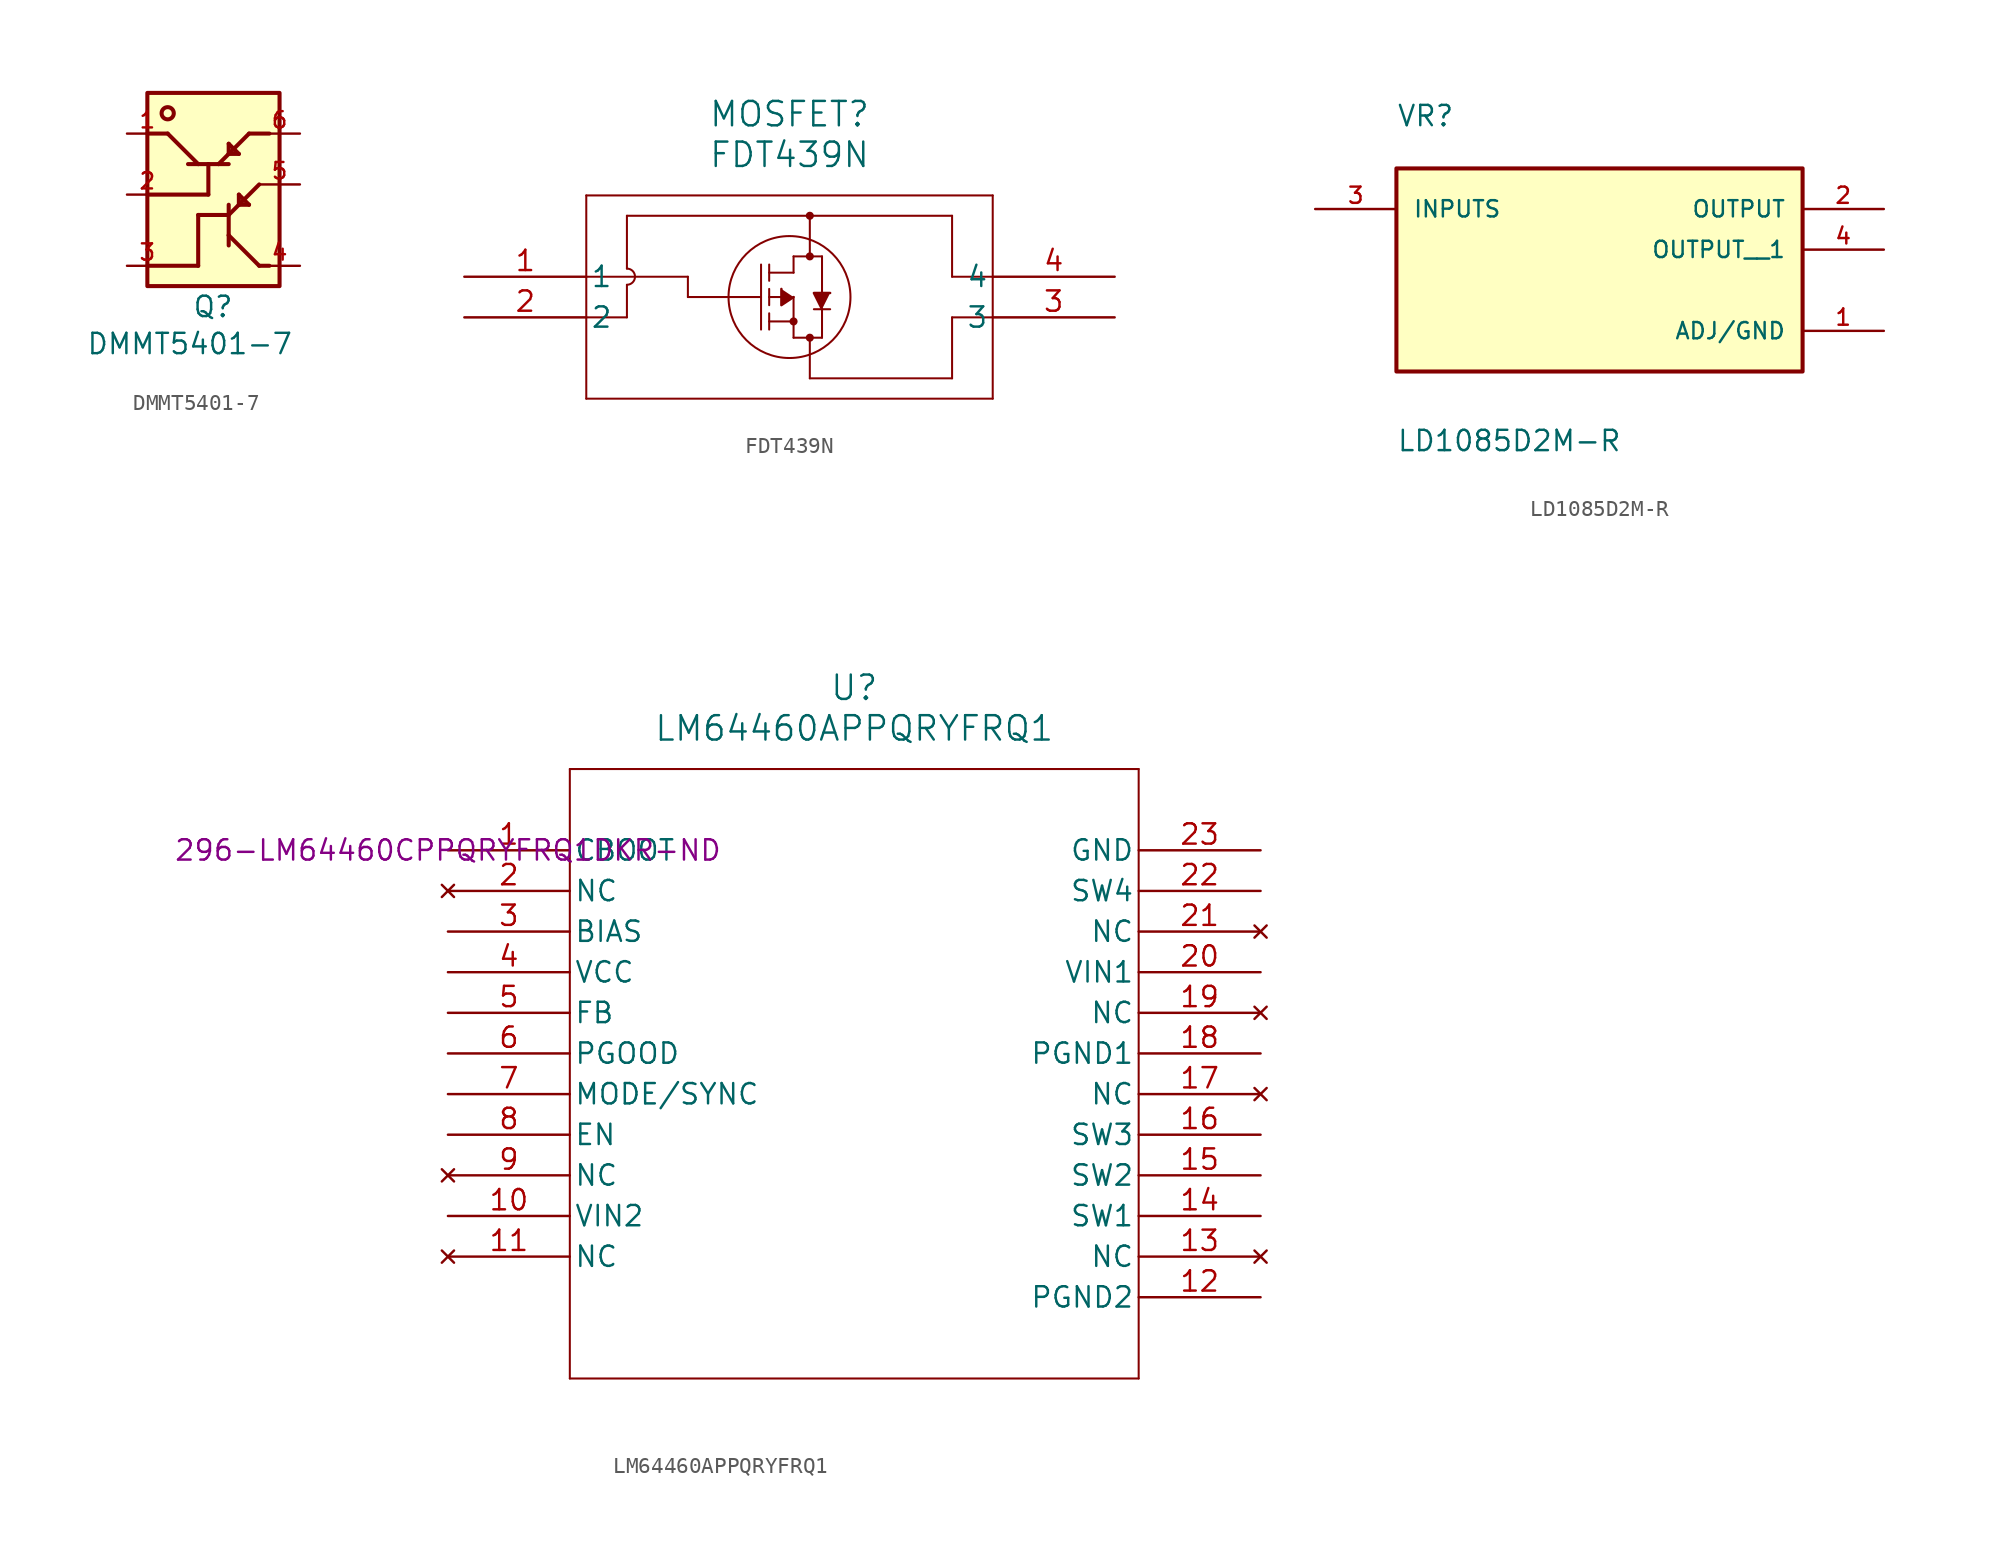
<source format=kicad_sym>
(kicad_symbol_lib
  (version 20231120)
  (generator "kicad_symbol_editor")
  (generator_version "8.0")
  (symbol "DMMT5401-7"
    (pin_names
      (offset 1.016))
    (property "Reference" "Q"
      (at -1.016 -9.144 0)
      (effects (font (size 1.27 1.27)) (justify left bottom)))
    (property "Value" "DMMT5401-7"
      (at -7.64 -11.46 0)
      (effects (font (size 1.27 1.27)) (justify left bottom)))
    (symbol "DMMT5401-7_0_0"
      (rectangle (start -3.81 4.953) (end 4.445 -7.112) (stroke (width 0.254) (type default)) (fill (type background)))
      (circle (center -2.54 3.683) (radius 0.381) (stroke (width 0.254) (type default)) (fill (type none)))
      (polyline (pts (xy -2.54 2.413) (xy -3.81 2.413)) (stroke (width 0.254) (type default)) (fill (type none)))
      (polyline (pts (xy -0.635 -5.842) (xy -3.81 -5.842)) (stroke (width 0.254) (type default)) (fill (type none)))
      (polyline (pts (xy -0.635 -2.667) (xy -0.635 -5.842)) (stroke (width 0.254) (type default)) (fill (type none)))
      (polyline (pts (xy -0.635 0.508) (xy -2.54 2.413)) (stroke (width 0.254) (type default)) (fill (type none)))
      (polyline (pts (xy -0.635 0.508) (xy -1.27 0.508)) (stroke (width 0.254) (type default)) (fill (type none)))
      (polyline (pts (xy 0 -1.397) (xy -3.81 -1.397)) (stroke (width 0.254) (type default)) (fill (type none)))
      (polyline (pts (xy 0 0.508) (xy -0.635 0.508)) (stroke (width 0.254) (type default)) (fill (type none)))
      (polyline (pts (xy 0 0.508) (xy 0 -1.397)) (stroke (width 0.254) (type default)) (fill (type none)))
      (polyline (pts (xy 0.635 0.508) (xy 0 0.508)) (stroke (width 0.254) (type default)) (fill (type none)))
      (polyline (pts (xy 0.635 0.508) (xy 1.27 1.143)) (stroke (width 0.254) (type default)) (fill (type none)))
      (polyline (pts (xy 1.27 -3.937) (xy 1.27 -4.572)) (stroke (width 0.254) (type default)) (fill (type none)))
      (polyline (pts (xy 1.27 -2.667) (xy -0.635 -2.667)) (stroke (width 0.254) (type default)) (fill (type none)))
      (polyline (pts (xy 1.27 -2.032) (xy 1.27 -3.937)) (stroke (width 0.254) (type default)) (fill (type none)))
      (polyline (pts (xy 1.27 0.508) (xy 0.635 0.508)) (stroke (width 0.254) (type default)) (fill (type none)))
      (polyline (pts (xy 1.27 1.143) (xy 1.905 1.143)) (stroke (width 0.254) (type default)) (fill (type none)))
      (polyline (pts (xy 1.27 1.143) (xy 2.54 2.413)) (stroke (width 0.254) (type default)) (fill (type none)))
      (polyline (pts (xy 1.27 1.778) (xy 1.27 1.143)) (stroke (width 0.254) (type default)) (fill (type none)))
      (polyline (pts (xy 1.905 -2.032) (xy 1.27 -2.667)) (stroke (width 0.254) (type default)) (fill (type none)))
      (polyline (pts (xy 1.905 -2.032) (xy 2.54 -2.032)) (stroke (width 0.254) (type default)) (fill (type none)))
      (polyline (pts (xy 1.905 -1.397) (xy 1.905 -2.032)) (stroke (width 0.254) (type default)) (fill (type none)))
      (polyline (pts (xy 1.905 1.143) (xy 1.27 1.778)) (stroke (width 0.254) (type default)) (fill (type none)))
      (polyline (pts (xy 2.54 -2.032) (xy 1.905 -1.397)) (stroke (width 0.254) (type default)) (fill (type none)))
      (polyline (pts (xy 2.54 2.413) (xy 3.81 2.413)) (stroke (width 0.254) (type default)) (fill (type none)))
      (polyline (pts (xy 3.175 -5.842) (xy 1.27 -3.937)) (stroke (width 0.254) (type default)) (fill (type none)))
      (polyline (pts (xy 3.175 -5.842) (xy 3.81 -5.842)) (stroke (width 0.254) (type default)) (fill (type none)))
      (polyline (pts (xy 3.175 -0.762) (xy 1.905 -2.032)) (stroke (width 0.254) (type default)) (fill (type none)))
      (pin passive line (at -5.08 2.413 0) (length 2.54) (name "~" (effects (font (size 1.016 1.016)))) (number "1" (effects (font (size 1.016 1.016)))))
      (pin passive line (at -5.08 -1.397 0) (length 2.54) (name "~" (effects (font (size 1.016 1.016)))) (number "2" (effects (font (size 1.016 1.016)))))
      (pin passive line (at -5.08 -5.842 0) (length 2.54) (name "~" (effects (font (size 1.016 1.016)))) (number "3" (effects (font (size 1.016 1.016)))))
      (pin passive line (at 5.715 -5.842 180) (length 2.54) (name "~" (effects (font (size 1.016 1.016)))) (number "4" (effects (font (size 1.016 1.016)))))
      (pin passive line (at 5.715 -0.762 180) (length 2.54) (name "~" (effects (font (size 1.016 1.016)))) (number "5" (effects (font (size 1.016 1.016)))))
      (pin passive line (at 5.715 2.413 180) (length 2.54) (name "~" (effects (font (size 1.016 1.016)))) (number "6" (effects (font (size 1.016 1.016)))))))
  (symbol "FDT439N"
    (pin_names
      (offset 0.254))
    (property "Reference" "MOSFET"
      (at 20.32 10.16 0)
      (effects (font (size 1.524 1.524))))
    (property "Value" "FDT439N"
      (at 20.32 7.62 0)
      (effects (font (size 1.524 1.524))))
    (symbol "FDT439N_0_1"
      (polyline (pts (xy 7.62 -7.62) (xy 33.02 -7.62)) (stroke (width 0.127) (type default)) (fill (type none)))
      (polyline (pts (xy 7.62 -2.54) (xy 10.16 -2.54)) (stroke (width 0.127) (type default)) (fill (type none)))
      (polyline (pts (xy 7.62 0) (xy 13.97 0)) (stroke (width 0.127) (type default)) (fill (type none)))
      (polyline (pts (xy 7.62 5.08) (xy 7.62 -7.62)) (stroke (width 0.127) (type default)) (fill (type none)))
      (polyline (pts (xy 10.16 -0.508) (xy 10.16 -2.54)) (stroke (width 0.127) (type default)) (fill (type none)))
      (polyline (pts (xy 10.16 0.508) (xy 10.16 3.81)) (stroke (width 0.127) (type default)) (fill (type none)))
      (polyline (pts (xy 10.16 3.81) (xy 30.48 3.81)) (stroke (width 0.127) (type default)) (fill (type none)))
      (polyline (pts (xy 13.97 0) (xy 13.97 -1.27)) (stroke (width 0.127) (type default)) (fill (type none)))
      (polyline (pts (xy 18.542 -1.27) (xy 13.97 -1.27)) (stroke (width 0.127) (type default)) (fill (type none)))
      (polyline (pts (xy 18.542 0.762) (xy 18.542 -3.302)) (stroke (width 0.127) (type default)) (fill (type none)))
      (polyline (pts (xy 19.05 -2.794) (xy 20.574 -2.794)) (stroke (width 0.127) (type default)) (fill (type none)))
      (polyline (pts (xy 19.05 -2.286) (xy 19.05 -3.302)) (stroke (width 0.127) (type default)) (fill (type none)))
      (polyline (pts (xy 19.05 -1.27) (xy 19.812 -1.27)) (stroke (width 0.127) (type default)) (fill (type none)))
      (polyline (pts (xy 19.05 -0.762) (xy 19.05 -1.778)) (stroke (width 0.127) (type default)) (fill (type none)))
      (polyline (pts (xy 19.05 0.254) (xy 20.574 0.254)) (stroke (width 0.127) (type default)) (fill (type none)))
      (polyline (pts (xy 19.05 0.762) (xy 19.05 -0.254)) (stroke (width 0.127) (type default)) (fill (type none)))
      (polyline (pts (xy 20.574 -3.81) (xy 22.352 -3.81)) (stroke (width 0.127) (type default)) (fill (type none)))
      (polyline (pts (xy 20.574 -1.27) (xy 20.574 -3.81)) (stroke (width 0.127) (type default)) (fill (type none)))
      (polyline (pts (xy 20.574 1.27) (xy 20.574 0.254)) (stroke (width 0.127) (type default)) (fill (type none)))
      (polyline (pts (xy 20.574 1.27) (xy 22.352 1.27)) (stroke (width 0.127) (type default)) (fill (type none)))
      (polyline (pts (xy 21.59 -3.81) (xy 21.59 -6.35)) (stroke (width 0.127) (type default)) (fill (type none)))
      (polyline (pts (xy 21.59 1.27) (xy 21.59 3.81)) (stroke (width 0.127) (type default)) (fill (type none)))
      (polyline (pts (xy 21.844 -2.032) (xy 22.86 -2.032)) (stroke (width 0.127) (type default)) (fill (type none)))
      (polyline (pts (xy 22.352 -3.81) (xy 22.352 -2.032)) (stroke (width 0.127) (type default)) (fill (type none)))
      (polyline (pts (xy 22.352 1.27) (xy 22.352 -1.016)) (stroke (width 0.127) (type default)) (fill (type none)))
      (polyline (pts (xy 30.48 -6.35) (xy 21.59 -6.35)) (stroke (width 0.127) (type default)) (fill (type none)))
      (polyline (pts (xy 30.48 -6.35) (xy 30.48 -2.54)) (stroke (width 0.127) (type default)) (fill (type none)))
      (polyline (pts (xy 30.48 0) (xy 33.02 0)) (stroke (width 0.127) (type default)) (fill (type none)))
      (polyline (pts (xy 30.48 3.81) (xy 30.48 0)) (stroke (width 0.127) (type default)) (fill (type none)))
      (polyline (pts (xy 33.02 -7.62) (xy 33.02 5.08)) (stroke (width 0.127) (type default)) (fill (type none)))
      (polyline (pts (xy 33.02 -2.54) (xy 30.48 -2.54)) (stroke (width 0.127) (type default)) (fill (type none)))
      (polyline (pts (xy 33.02 5.08) (xy 7.62 5.08)) (stroke (width 0.127) (type default)) (fill (type none)))
      (polyline (pts (xy 20.574 -1.27) (xy 19.812 -1.778) (xy 19.812 -0.762)) (stroke (width 0) (type default)) (fill (type outline)))
      (polyline (pts (xy 22.352 -2.032) (xy 21.844 -1.016) (xy 22.86 -1.016)) (stroke (width 0) (type default)) (fill (type outline)))
      (arc (start 10.16 -0.508) (mid 10.6658 0) (end 10.16 0.508) (stroke (width 0.127) (type default)) (fill (type none)))
      (circle (center 20.32 -1.27) (radius 3.81) (stroke (width 0.127) (type default)) (fill (type none)))
      (circle (center 20.574 -2.794) (radius 0.127) (stroke (width 0.254) (type default)) (fill (type none)))
      (circle (center 21.59 -3.81) (radius 0.127) (stroke (width 0.254) (type default)) (fill (type none)))
      (circle (center 21.59 1.27) (radius 0.127) (stroke (width 0.254) (type default)) (fill (type none)))
      (circle (center 21.59 3.81) (radius 0.127) (stroke (width 0.254) (type default)) (fill (type none)))
      (pin unspecified line (at 0 0 0) (length 7.62) (name "1" (effects (font (size 1.27 1.27)))) (number "1" (effects (font (size 1.27 1.27)))))
      (pin unspecified line (at 0 -2.54 0) (length 7.62) (name "2" (effects (font (size 1.27 1.27)))) (number "2" (effects (font (size 1.27 1.27)))))
      (pin unspecified line (at 40.64 -2.54 180) (length 7.62) (name "3" (effects (font (size 1.27 1.27)))) (number "3" (effects (font (size 1.27 1.27)))))
      (pin unspecified line (at 40.64 0 180) (length 7.62) (name "4" (effects (font (size 1.27 1.27)))) (number "4" (effects (font (size 1.27 1.27)))))))
  (symbol "LD1085D2M-R"
    (pin_names
      (offset 1.016))
    (property "Reference" "VR"
      (at -12.7 7.62 0)
      (effects (font (size 1.27 1.27)) (justify left bottom)))
    (property "Value" "LD1085D2M-R"
      (at -12.7 -12.7 0)
      (effects (font (size 1.27 1.27)) (justify left bottom)))
    (symbol "LD1085D2M-R_0_0"
      (rectangle (start -12.7 5.08) (end 12.7 -7.62) (stroke (width 0.254) (type default)) (fill (type background)))
      (pin power_in line (at 17.78 -5.08 180) (length 5.08) (name "ADJ/GND" (effects (font (size 1.016 1.016)))) (number "1" (effects (font (size 1.016 1.016)))))
      (pin output line (at 17.78 2.54 180) (length 5.08) (name "OUTPUT" (effects (font (size 1.016 1.016)))) (number "2" (effects (font (size 1.016 1.016)))))
      (pin input line (at -17.78 2.54 0) (length 5.08) (name "INPUTS" (effects (font (size 1.016 1.016)))) (number "3" (effects (font (size 1.016 1.016)))))
      (pin output line (at 17.78 0 180) (length 5.08) (name "OUTPUT__1" (effects (font (size 1.016 1.016)))) (number "4" (effects (font (size 1.016 1.016)))))))
  (symbol "LM64460APPQRYFRQ1"
    (pin_names
      (offset 0.254))
    (property "Reference" "U"
      (at 25.4 10.16 0)
      (effects (font (size 1.524 1.524))))
    (property "Value" "LM64460APPQRYFRQ1"
      (at 25.4 7.62 0)
      (effects (font (size 1.524 1.524))))
    (property "DigiKey" "296-LM64460CPPQRYFRQ1DKR-ND"
      (at 0 0 0)
      (effects (font (size 1.27 1.27))))
    (symbol "LM64460APPQRYFRQ1_0_1"
      (polyline (pts (xy 7.62 -33.02) (xy 43.18 -33.02)) (stroke (width 0.127) (type default)) (fill (type none)))
      (polyline (pts (xy 7.62 5.08) (xy 7.62 -33.02)) (stroke (width 0.127) (type default)) (fill (type none)))
      (polyline (pts (xy 43.18 -33.02) (xy 43.18 5.08)) (stroke (width 0.127) (type default)) (fill (type none)))
      (polyline (pts (xy 43.18 5.08) (xy 7.62 5.08)) (stroke (width 0.127) (type default)) (fill (type none)))
      (pin power_in line (at 0 0 0) (length 7.62) (name "CBOOT" (effects (font (size 1.27 1.27)))) (number "1" (effects (font (size 1.27 1.27)))))
      (pin power_in line (at 0 -22.86 0) (length 7.62) (name "VIN2" (effects (font (size 1.27 1.27)))) (number "10" (effects (font (size 1.27 1.27)))))
      (pin no_connect line (at 0 -25.4 0) (length 7.62) (name "NC" (effects (font (size 1.27 1.27)))) (number "11" (effects (font (size 1.27 1.27)))))
      (pin power_out line (at 50.8 -27.94 180) (length 7.62) (name "PGND2" (effects (font (size 1.27 1.27)))) (number "12" (effects (font (size 1.27 1.27)))))
      (pin no_connect line (at 50.8 -25.4 180) (length 7.62) (name "NC" (effects (font (size 1.27 1.27)))) (number "13" (effects (font (size 1.27 1.27)))))
      (pin power_in line (at 50.8 -22.86 180) (length 7.62) (name "SW1" (effects (font (size 1.27 1.27)))) (number "14" (effects (font (size 1.27 1.27)))))
      (pin power_in line (at 50.8 -20.32 180) (length 7.62) (name "SW2" (effects (font (size 1.27 1.27)))) (number "15" (effects (font (size 1.27 1.27)))))
      (pin power_in line (at 50.8 -17.78 180) (length 7.62) (name "SW3" (effects (font (size 1.27 1.27)))) (number "16" (effects (font (size 1.27 1.27)))))
      (pin no_connect line (at 50.8 -15.24 180) (length 7.62) (name "NC" (effects (font (size 1.27 1.27)))) (number "17" (effects (font (size 1.27 1.27)))))
      (pin power_out line (at 50.8 -12.7 180) (length 7.62) (name "PGND1" (effects (font (size 1.27 1.27)))) (number "18" (effects (font (size 1.27 1.27)))))
      (pin no_connect line (at 50.8 -10.16 180) (length 7.62) (name "NC" (effects (font (size 1.27 1.27)))) (number "19" (effects (font (size 1.27 1.27)))))
      (pin no_connect line (at 0 -2.54 0) (length 7.62) (name "NC" (effects (font (size 1.27 1.27)))) (number "2" (effects (font (size 1.27 1.27)))))
      (pin power_in line (at 50.8 -7.62 180) (length 7.62) (name "VIN1" (effects (font (size 1.27 1.27)))) (number "20" (effects (font (size 1.27 1.27)))))
      (pin no_connect line (at 50.8 -5.08 180) (length 7.62) (name "NC" (effects (font (size 1.27 1.27)))) (number "21" (effects (font (size 1.27 1.27)))))
      (pin power_in line (at 50.8 -2.54 180) (length 7.62) (name "SW4" (effects (font (size 1.27 1.27)))) (number "22" (effects (font (size 1.27 1.27)))))
      (pin power_out line (at 50.8 0 180) (length 7.62) (name "GND" (effects (font (size 1.27 1.27)))) (number "23" (effects (font (size 1.27 1.27)))))
      (pin power_in line (at 0 -5.08 0) (length 7.62) (name "BIAS" (effects (font (size 1.27 1.27)))) (number "3" (effects (font (size 1.27 1.27)))))
      (pin output line (at 0 -7.62 0) (length 7.62) (name "VCC" (effects (font (size 1.27 1.27)))) (number "4" (effects (font (size 1.27 1.27)))))
      (pin input line (at 0 -10.16 0) (length 7.62) (name "FB" (effects (font (size 1.27 1.27)))) (number "5" (effects (font (size 1.27 1.27)))))
      (pin output line (at 0 -12.7 0) (length 7.62) (name "PGOOD" (effects (font (size 1.27 1.27)))) (number "6" (effects (font (size 1.27 1.27)))))
      (pin input line (at 0 -15.24 0) (length 7.62) (name "MODE/SYNC" (effects (font (size 1.27 1.27)))) (number "7" (effects (font (size 1.27 1.27)))))
      (pin input line (at 0 -17.78 0) (length 7.62) (name "EN" (effects (font (size 1.27 1.27)))) (number "8" (effects (font (size 1.27 1.27)))))
      (pin no_connect line (at 0 -20.32 0) (length 7.62) (name "NC" (effects (font (size 1.27 1.27)))) (number "9" (effects (font (size 1.27 1.27))))))))
</source>
